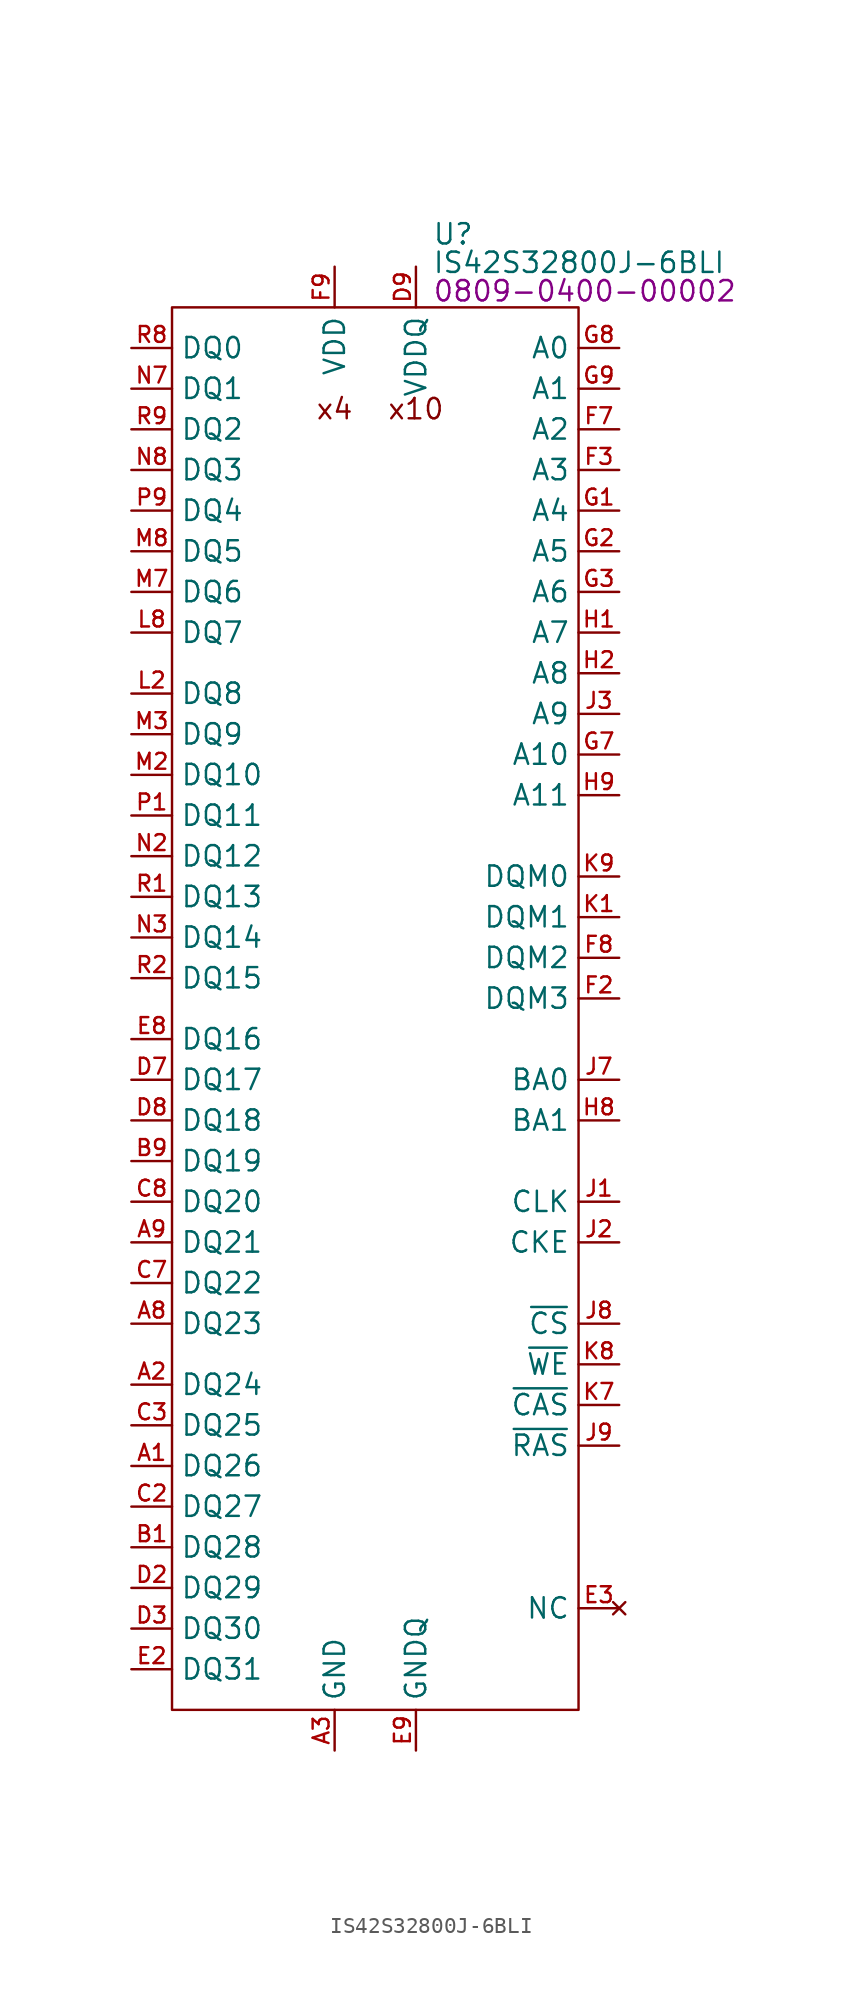
<source format=kicad_sym>
(kicad_symbol_lib
  (version 20231120)
  (generator "kicad_symbol_editor")
  (generator_version "8.0")
  (symbol "IS42S32800J-6BLI"
    (property "Reference" "U"
      (at 16.256 4.572 0)
      (effects (font (size 1.27 1.27)) (justify left)))
    (property "Value" "IS42S32800J-6BLI"
      (at 16.256 2.794 0)
      (effects (font (size 1.27 1.27)) (justify left)))
    (property "PartNumber" "0809-0400-00002"
      (at 16.256 1.016 0)
      (effects (font (size 1.27 1.27)) (justify left)))
    (symbol "IS42S32800J-6BLI_0_0"
      (pin bidirectional line (at -2.54 -72.39 0) (length 2.54) (name "DQ26" (effects (font (size 1.27 1.27)))) (number "A1" (effects (font (size 0.991 0.991)))))
      (pin bidirectional line (at -2.54 -67.31 0) (length 2.54) (name "DQ24" (effects (font (size 1.27 1.27)))) (number "A2" (effects (font (size 0.991 0.991)))))
      (pin power_in line (at 10.16 -90.17 90) (length 2.54) (name "GND" (effects (font (size 1.27 1.27)))) (number "A3" (effects (font (size 0.991 0.991)))))
      (pin power_in line (at 10.16 2.54 270) (length 2.54) hide (name "VDD" (effects (font (size 1.27 1.27)))) (number "A7" (effects (font (size 0.991 0.991)))))
      (pin bidirectional line (at -2.54 -63.5 0) (length 2.54) (name "DQ23" (effects (font (size 1.27 1.27)))) (number "A8" (effects (font (size 0.991 0.991)))))
      (pin bidirectional line (at -2.54 -58.42 0) (length 2.54) (name "DQ21" (effects (font (size 1.27 1.27)))) (number "A9" (effects (font (size 0.991 0.991)))))
      (pin bidirectional line (at -2.54 -77.47 0) (length 2.54) (name "DQ28" (effects (font (size 1.27 1.27)))) (number "B1" (effects (font (size 0.991 0.991)))))
      (pin power_in line (at 15.24 2.54 270) (length 2.54) hide (name "VDDQ" (effects (font (size 1.27 1.27)))) (number "B2" (effects (font (size 0.991 0.991)))))
      (pin power_in line (at 15.24 -90.17 90) (length 2.54) hide (name "GNDQ" (effects (font (size 1.27 1.27)))) (number "B3" (effects (font (size 0.991 0.991)))))
      (pin power_in line (at 15.24 2.54 270) (length 2.54) hide (name "VDDQ" (effects (font (size 1.27 1.27)))) (number "B7" (effects (font (size 0.991 0.991)))))
      (pin power_in line (at 15.24 -90.17 90) (length 2.54) hide (name "GNDQ" (effects (font (size 1.27 1.27)))) (number "B8" (effects (font (size 0.991 0.991)))))
      (pin bidirectional line (at -2.54 -53.34 0) (length 2.54) (name "DQ19" (effects (font (size 1.27 1.27)))) (number "B9" (effects (font (size 0.991 0.991)))))
      (pin power_in line (at 15.24 -90.17 90) (length 2.54) hide (name "GNDQ" (effects (font (size 1.27 1.27)))) (number "C1" (effects (font (size 0.991 0.991)))))
      (pin bidirectional line (at -2.54 -74.93 0) (length 2.54) (name "DQ27" (effects (font (size 1.27 1.27)))) (number "C2" (effects (font (size 0.991 0.991)))))
      (pin bidirectional line (at -2.54 -69.85 0) (length 2.54) (name "DQ25" (effects (font (size 1.27 1.27)))) (number "C3" (effects (font (size 0.991 0.991)))))
      (pin bidirectional line (at -2.54 -60.96 0) (length 2.54) (name "DQ22" (effects (font (size 1.27 1.27)))) (number "C7" (effects (font (size 0.991 0.991)))))
      (pin bidirectional line (at -2.54 -55.88 0) (length 2.54) (name "DQ20" (effects (font (size 1.27 1.27)))) (number "C8" (effects (font (size 0.991 0.991)))))
      (pin power_in line (at 15.24 2.54 270) (length 2.54) hide (name "VDDQ" (effects (font (size 1.27 1.27)))) (number "C9" (effects (font (size 0.991 0.991)))))
      (pin power_in line (at 15.24 -90.17 90) (length 2.54) hide (name "GNDQ" (effects (font (size 1.27 1.27)))) (number "D1" (effects (font (size 0.991 0.991)))))
      (pin bidirectional line (at -2.54 -80.01 0) (length 2.54) (name "DQ29" (effects (font (size 1.27 1.27)))) (number "D2" (effects (font (size 0.991 0.991)))))
      (pin bidirectional line (at -2.54 -82.55 0) (length 2.54) (name "DQ30" (effects (font (size 1.27 1.27)))) (number "D3" (effects (font (size 0.991 0.991)))))
      (pin bidirectional line (at -2.54 -48.26 0) (length 2.54) (name "DQ17" (effects (font (size 1.27 1.27)))) (number "D7" (effects (font (size 0.991 0.991)))))
      (pin bidirectional line (at -2.54 -50.8 0) (length 2.54) (name "DQ18" (effects (font (size 1.27 1.27)))) (number "D8" (effects (font (size 0.991 0.991)))))
      (pin power_in line (at 15.24 2.54 270) (length 2.54) (name "VDDQ" (effects (font (size 1.27 1.27)))) (number "D9" (effects (font (size 0.991 0.991)))))
      (pin power_in line (at 15.24 2.54 270) (length 2.54) hide (name "VDDQ" (effects (font (size 1.27 1.27)))) (number "E1" (effects (font (size 0.991 0.991)))))
      (pin bidirectional line (at -2.54 -85.09 0) (length 2.54) (name "DQ31" (effects (font (size 1.27 1.27)))) (number "E2" (effects (font (size 0.991 0.991)))))
      (pin no_connect line (at 27.94 -81.28 180) (length 2.54) (name "NC" (effects (font (size 1.27 1.27)))) (number "E3" (effects (font (size 0.991 0.991)))))
      (pin no_connect line (at 27.94 -81.28 180) (length 2.54) hide (name "NC" (effects (font (size 1.27 1.27)))) (number "E7" (effects (font (size 0.991 0.991)))))
      (pin bidirectional line (at -2.54 -45.72 0) (length 2.54) (name "DQ16" (effects (font (size 1.27 1.27)))) (number "E8" (effects (font (size 0.991 0.991)))))
      (pin power_in line (at 15.24 -90.17 90) (length 2.54) (name "GNDQ" (effects (font (size 1.27 1.27)))) (number "E9" (effects (font (size 0.991 0.991)))))
      (pin power_in line (at 10.16 -90.17 90) (length 2.54) hide (name "GND" (effects (font (size 1.27 1.27)))) (number "F1" (effects (font (size 0.991 0.991)))))
      (pin input line (at 27.94 -43.18 180) (length 2.54) (name "DQM3" (effects (font (size 1.27 1.27)))) (number "F2" (effects (font (size 0.991 0.991)))))
      (pin input line (at 27.94 -10.16 180) (length 2.54) (name "A3" (effects (font (size 1.27 1.27)))) (number "F3" (effects (font (size 0.991 0.991)))))
      (pin input line (at 27.94 -7.62 180) (length 2.54) (name "A2" (effects (font (size 1.27 1.27)))) (number "F7" (effects (font (size 0.991 0.991)))))
      (pin input line (at 27.94 -40.64 180) (length 2.54) (name "DQM2" (effects (font (size 1.27 1.27)))) (number "F8" (effects (font (size 0.991 0.991)))))
      (pin power_in line (at 10.16 2.54 270) (length 2.54) (name "VDD" (effects (font (size 1.27 1.27)))) (number "F9" (effects (font (size 0.991 0.991)))))
      (pin input line (at 27.94 -12.7 180) (length 2.54) (name "A4" (effects (font (size 1.27 1.27)))) (number "G1" (effects (font (size 0.991 0.991)))))
      (pin input line (at 27.94 -15.24 180) (length 2.54) (name "A5" (effects (font (size 1.27 1.27)))) (number "G2" (effects (font (size 0.991 0.991)))))
      (pin input line (at 27.94 -17.78 180) (length 2.54) (name "A6" (effects (font (size 1.27 1.27)))) (number "G3" (effects (font (size 0.991 0.991)))))
      (pin input line (at 27.94 -27.94 180) (length 2.54) (name "A10" (effects (font (size 1.27 1.27)))) (number "G7" (effects (font (size 0.991 0.991)))))
      (pin input line (at 27.94 -2.54 180) (length 2.54) (name "A0" (effects (font (size 1.27 1.27)))) (number "G8" (effects (font (size 0.991 0.991)))))
      (pin input line (at 27.94 -5.08 180) (length 2.54) (name "A1" (effects (font (size 1.27 1.27)))) (number "G9" (effects (font (size 0.991 0.991)))))
      (pin input line (at 27.94 -20.32 180) (length 2.54) (name "A7" (effects (font (size 1.27 1.27)))) (number "H1" (effects (font (size 0.991 0.991)))))
      (pin input line (at 27.94 -22.86 180) (length 2.54) (name "A8" (effects (font (size 1.27 1.27)))) (number "H2" (effects (font (size 0.991 0.991)))))
      (pin no_connect line (at 27.94 -81.28 180) (length 2.54) hide (name "NC" (effects (font (size 1.27 1.27)))) (number "H3" (effects (font (size 0.991 0.991)))))
      (pin no_connect line (at 27.94 -81.28 180) (length 2.54) hide (name "NC" (effects (font (size 1.27 1.27)))) (number "H7" (effects (font (size 0.991 0.991)))))
      (pin input line (at 27.94 -50.8 180) (length 2.54) (name "BA1" (effects (font (size 1.27 1.27)))) (number "H8" (effects (font (size 0.991 0.991)))))
      (pin input line (at 27.94 -30.48 180) (length 2.54) (name "A11" (effects (font (size 1.27 1.27)))) (number "H9" (effects (font (size 0.991 0.991)))))
      (pin input line (at 27.94 -55.88 180) (length 2.54) (name "CLK" (effects (font (size 1.27 1.27)))) (number "J1" (effects (font (size 0.991 0.991)))))
      (pin input line (at 27.94 -58.42 180) (length 2.54) (name "CKE" (effects (font (size 1.27 1.27)))) (number "J2" (effects (font (size 0.991 0.991)))))
      (pin input line (at 27.94 -25.4 180) (length 2.54) (name "A9" (effects (font (size 1.27 1.27)))) (number "J3" (effects (font (size 0.991 0.991)))))
      (pin input line (at 27.94 -48.26 180) (length 2.54) (name "BA0" (effects (font (size 1.27 1.27)))) (number "J7" (effects (font (size 0.991 0.991)))))
      (pin input line (at 27.94 -63.5 180) (length 2.54) (name "~{CS}" (effects (font (size 1.27 1.27)))) (number "J8" (effects (font (size 0.991 0.991)))))
      (pin input line (at 27.94 -71.12 180) (length 2.54) (name "~{RAS}" (effects (font (size 1.27 1.27)))) (number "J9" (effects (font (size 0.991 0.991)))))
      (pin input line (at 27.94 -38.1 180) (length 2.54) (name "DQM1" (effects (font (size 1.27 1.27)))) (number "K1" (effects (font (size 0.991 0.991)))))
      (pin no_connect line (at 27.94 -81.28 180) (length 2.54) hide (name "NC" (effects (font (size 1.27 1.27)))) (number "K2" (effects (font (size 0.991 0.991)))))
      (pin no_connect line (at 27.94 -81.28 180) (length 2.54) hide (name "NC" (effects (font (size 1.27 1.27)))) (number "K3" (effects (font (size 0.991 0.991)))))
      (pin input line (at 27.94 -68.58 180) (length 2.54) (name "~{CAS}" (effects (font (size 1.27 1.27)))) (number "K7" (effects (font (size 0.991 0.991)))))
      (pin input line (at 27.94 -66.04 180) (length 2.54) (name "~{WE}" (effects (font (size 1.27 1.27)))) (number "K8" (effects (font (size 0.991 0.991)))))
      (pin input line (at 27.94 -35.56 180) (length 2.54) (name "DQM0" (effects (font (size 1.27 1.27)))) (number "K9" (effects (font (size 0.991 0.991)))))
      (pin power_in line (at 15.24 2.54 270) (length 2.54) hide (name "VDDQ" (effects (font (size 1.27 1.27)))) (number "L1" (effects (font (size 0.991 0.991)))))
      (pin bidirectional line (at -2.54 -24.13 0) (length 2.54) (name "DQ8" (effects (font (size 1.27 1.27)))) (number "L2" (effects (font (size 0.991 0.991)))))
      (pin power_in line (at 10.16 -90.17 90) (length 2.54) hide (name "GND" (effects (font (size 1.27 1.27)))) (number "L3" (effects (font (size 0.991 0.991)))))
      (pin power_in line (at 10.16 2.54 270) (length 2.54) hide (name "VDD" (effects (font (size 1.27 1.27)))) (number "L7" (effects (font (size 0.991 0.991)))))
      (pin bidirectional line (at -2.54 -20.32 0) (length 2.54) (name "DQ7" (effects (font (size 1.27 1.27)))) (number "L8" (effects (font (size 0.991 0.991)))))
      (pin power_in line (at 15.24 -90.17 90) (length 2.54) hide (name "GNDQ" (effects (font (size 1.27 1.27)))) (number "L9" (effects (font (size 0.991 0.991)))))
      (pin power_in line (at 15.24 -90.17 90) (length 2.54) hide (name "GNDQ" (effects (font (size 1.27 1.27)))) (number "M1" (effects (font (size 0.991 0.991)))))
      (pin bidirectional line (at -2.54 -29.21 0) (length 2.54) (name "DQ10" (effects (font (size 1.27 1.27)))) (number "M2" (effects (font (size 0.991 0.991)))))
      (pin bidirectional line (at -2.54 -26.67 0) (length 2.54) (name "DQ9" (effects (font (size 1.27 1.27)))) (number "M3" (effects (font (size 0.991 0.991)))))
      (pin bidirectional line (at -2.54 -17.78 0) (length 2.54) (name "DQ6" (effects (font (size 1.27 1.27)))) (number "M7" (effects (font (size 0.991 0.991)))))
      (pin bidirectional line (at -2.54 -15.24 0) (length 2.54) (name "DQ5" (effects (font (size 1.27 1.27)))) (number "M8" (effects (font (size 0.991 0.991)))))
      (pin power_in line (at 15.24 2.54 270) (length 2.54) hide (name "VDDQ" (effects (font (size 1.27 1.27)))) (number "M9" (effects (font (size 0.991 0.991)))))
      (pin power_in line (at 15.24 -90.17 90) (length 2.54) hide (name "GNDQ" (effects (font (size 1.27 1.27)))) (number "N1" (effects (font (size 0.991 0.991)))))
      (pin bidirectional line (at -2.54 -34.29 0) (length 2.54) (name "DQ12" (effects (font (size 1.27 1.27)))) (number "N2" (effects (font (size 0.991 0.991)))))
      (pin bidirectional line (at -2.54 -39.37 0) (length 2.54) (name "DQ14" (effects (font (size 1.27 1.27)))) (number "N3" (effects (font (size 0.991 0.991)))))
      (pin bidirectional line (at -2.54 -5.08 0) (length 2.54) (name "DQ1" (effects (font (size 1.27 1.27)))) (number "N7" (effects (font (size 0.991 0.991)))))
      (pin bidirectional line (at -2.54 -10.16 0) (length 2.54) (name "DQ3" (effects (font (size 1.27 1.27)))) (number "N8" (effects (font (size 0.991 0.991)))))
      (pin power_in line (at 15.24 2.54 270) (length 2.54) hide (name "VDDQ" (effects (font (size 1.27 1.27)))) (number "N9" (effects (font (size 0.991 0.991)))))
      (pin bidirectional line (at -2.54 -31.75 0) (length 2.54) (name "DQ11" (effects (font (size 1.27 1.27)))) (number "P1" (effects (font (size 0.991 0.991)))))
      (pin power_in line (at 15.24 2.54 270) (length 2.54) hide (name "VDDQ" (effects (font (size 1.27 1.27)))) (number "P2" (effects (font (size 0.991 0.991)))))
      (pin power_in line (at 15.24 -90.17 90) (length 2.54) hide (name "GNDQ" (effects (font (size 1.27 1.27)))) (number "P3" (effects (font (size 0.991 0.991)))))
      (pin power_in line (at 15.24 2.54 270) (length 2.54) hide (name "VDDQ" (effects (font (size 1.27 1.27)))) (number "P7" (effects (font (size 0.991 0.991)))))
      (pin power_in line (at 15.24 -90.17 90) (length 2.54) hide (name "GNDQ" (effects (font (size 1.27 1.27)))) (number "P8" (effects (font (size 0.991 0.991)))))
      (pin bidirectional line (at -2.54 -12.7 0) (length 2.54) (name "DQ4" (effects (font (size 1.27 1.27)))) (number "P9" (effects (font (size 0.991 0.991)))))
      (pin bidirectional line (at -2.54 -36.83 0) (length 2.54) (name "DQ13" (effects (font (size 1.27 1.27)))) (number "R1" (effects (font (size 0.991 0.991)))))
      (pin bidirectional line (at -2.54 -41.91 0) (length 2.54) (name "DQ15" (effects (font (size 1.27 1.27)))) (number "R2" (effects (font (size 0.991 0.991)))))
      (pin power_in line (at 10.16 -90.17 90) (length 2.54) hide (name "GND" (effects (font (size 1.27 1.27)))) (number "R3" (effects (font (size 0.991 0.991)))))
      (pin power_in line (at 10.16 2.54 270) (length 2.54) hide (name "VDD" (effects (font (size 1.27 1.27)))) (number "R7" (effects (font (size 0.991 0.991)))))
      (pin bidirectional line (at -2.54 -2.54 0) (length 2.54) (name "DQ0" (effects (font (size 1.27 1.27)))) (number "R8" (effects (font (size 0.991 0.991)))))
      (pin bidirectional line (at -2.54 -7.62 0) (length 2.54) (name "DQ2" (effects (font (size 1.27 1.27)))) (number "R9" (effects (font (size 0.991 0.991))))))
    (symbol "IS42S32800J-6BLI_1_1"
      (rectangle (start 0 0) (end 25.4 -87.63) (stroke (width 0) (type default)) (fill (type none)))
      (text "x10" (at 15.24 -6.35 0) (effects (font (size 1.27 1.27))))
      (text "x4" (at 10.16 -6.35 0) (effects (font (size 1.27 1.27)))))))
</source>
